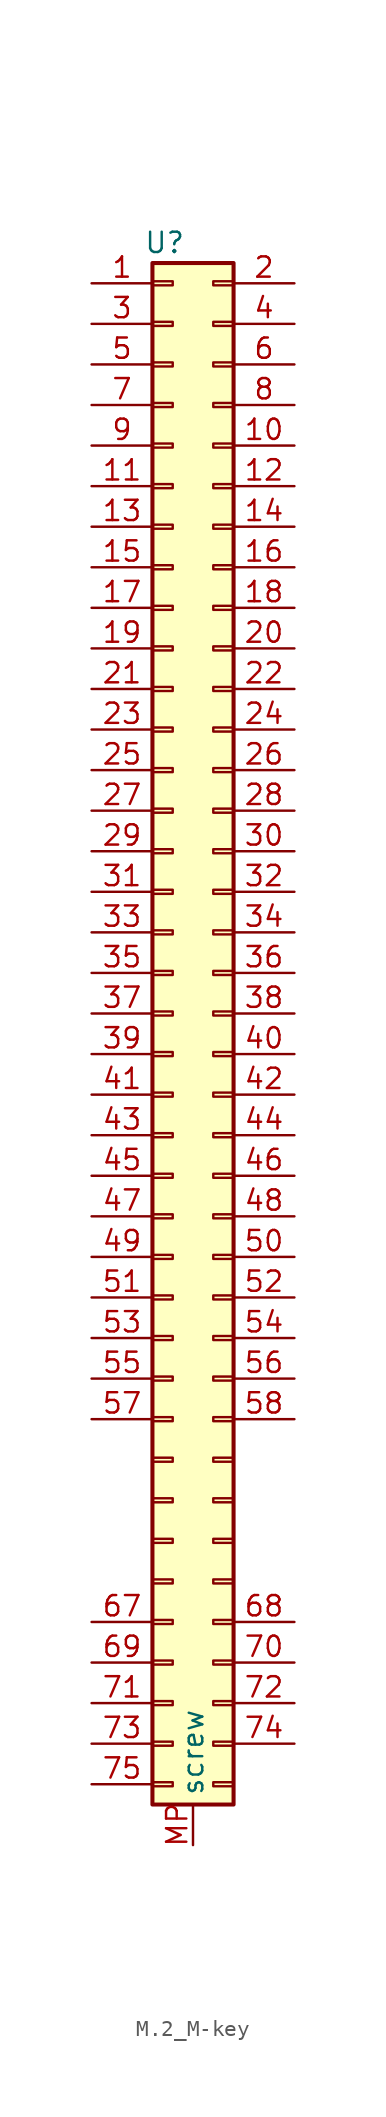
<source format=kicad_sym>
(kicad_symbol_lib
  (version 20241209)
  (generator "kicad_symbol_editor")
  (generator_version "9.0")
  (symbol "M.2_M-key"
    (property "Reference" "U"
      (at -1.778 1.27 0)
      (effects (font (size 1.27 1.27))))
    (property "Value" ""
      (at 0 0 0)
      (effects (font (size 1.27 1.27))))
    (symbol "M.2_M-key_1_1"
      (rectangle (start -2.54 0) (end 2.54 -96.52) (stroke (width 0.254) (type default)) (fill (type background)))
      (rectangle (start -2.54 -1.143) (end -1.27 -1.397) (stroke (width 0.152) (type default)) (fill (type none)))
      (rectangle (start -2.54 -3.683) (end -1.27 -3.937) (stroke (width 0.152) (type default)) (fill (type none)))
      (rectangle (start -2.54 -6.223) (end -1.27 -6.477) (stroke (width 0.152) (type default)) (fill (type none)))
      (rectangle (start -2.54 -8.763) (end -1.27 -9.017) (stroke (width 0.152) (type default)) (fill (type none)))
      (rectangle (start -2.54 -11.303) (end -1.27 -11.557) (stroke (width 0.152) (type default)) (fill (type none)))
      (rectangle (start -2.54 -13.843) (end -1.27 -14.097) (stroke (width 0.152) (type default)) (fill (type none)))
      (rectangle (start -2.54 -16.383) (end -1.27 -16.637) (stroke (width 0.152) (type default)) (fill (type none)))
      (rectangle (start -2.54 -18.923) (end -1.27 -19.177) (stroke (width 0.152) (type default)) (fill (type none)))
      (rectangle (start -2.54 -21.463) (end -1.27 -21.717) (stroke (width 0.152) (type default)) (fill (type none)))
      (rectangle (start -2.54 -24.003) (end -1.27 -24.257) (stroke (width 0.152) (type default)) (fill (type none)))
      (rectangle (start -2.54 -26.543) (end -1.27 -26.797) (stroke (width 0.152) (type default)) (fill (type none)))
      (rectangle (start -2.54 -29.083) (end -1.27 -29.337) (stroke (width 0.152) (type default)) (fill (type none)))
      (rectangle (start -2.54 -31.623) (end -1.27 -31.877) (stroke (width 0.152) (type default)) (fill (type none)))
      (rectangle (start -2.54 -34.163) (end -1.27 -34.417) (stroke (width 0.152) (type default)) (fill (type none)))
      (rectangle (start -2.54 -36.703) (end -1.27 -36.957) (stroke (width 0.152) (type default)) (fill (type none)))
      (rectangle (start -2.54 -39.243) (end -1.27 -39.497) (stroke (width 0.152) (type default)) (fill (type none)))
      (rectangle (start -2.54 -41.783) (end -1.27 -42.037) (stroke (width 0.152) (type default)) (fill (type none)))
      (rectangle (start -2.54 -44.323) (end -1.27 -44.577) (stroke (width 0.152) (type default)) (fill (type none)))
      (rectangle (start -2.54 -46.863) (end -1.27 -47.117) (stroke (width 0.152) (type default)) (fill (type none)))
      (rectangle (start -2.54 -49.403) (end -1.27 -49.657) (stroke (width 0.152) (type default)) (fill (type none)))
      (rectangle (start -2.54 -51.943) (end -1.27 -52.197) (stroke (width 0.152) (type default)) (fill (type none)))
      (rectangle (start -2.54 -54.483) (end -1.27 -54.737) (stroke (width 0.152) (type default)) (fill (type none)))
      (rectangle (start -2.54 -57.023) (end -1.27 -57.277) (stroke (width 0.152) (type default)) (fill (type none)))
      (rectangle (start -2.54 -59.563) (end -1.27 -59.817) (stroke (width 0.152) (type default)) (fill (type none)))
      (rectangle (start -2.54 -62.103) (end -1.27 -62.357) (stroke (width 0.152) (type default)) (fill (type none)))
      (rectangle (start -2.54 -64.643) (end -1.27 -64.897) (stroke (width 0.152) (type default)) (fill (type none)))
      (rectangle (start -2.54 -67.183) (end -1.27 -67.437) (stroke (width 0.152) (type default)) (fill (type none)))
      (rectangle (start -2.54 -69.723) (end -1.27 -69.977) (stroke (width 0.152) (type default)) (fill (type none)))
      (rectangle (start -2.54 -72.263) (end -1.27 -72.517) (stroke (width 0.152) (type default)) (fill (type none)))
      (rectangle (start -2.54 -74.803) (end -1.27 -75.057) (stroke (width 0.152) (type default)) (fill (type none)))
      (rectangle (start -2.54 -77.343) (end -1.27 -77.597) (stroke (width 0.152) (type default)) (fill (type none)))
      (rectangle (start -2.54 -79.883) (end -1.27 -80.137) (stroke (width 0.152) (type default)) (fill (type none)))
      (rectangle (start -2.54 -82.423) (end -1.27 -82.677) (stroke (width 0.152) (type default)) (fill (type none)))
      (rectangle (start -2.54 -84.963) (end -1.27 -85.217) (stroke (width 0.152) (type default)) (fill (type none)))
      (rectangle (start -2.54 -87.503) (end -1.27 -87.757) (stroke (width 0.152) (type default)) (fill (type none)))
      (rectangle (start -2.54 -90.043) (end -1.27 -90.297) (stroke (width 0.152) (type default)) (fill (type none)))
      (rectangle (start -2.54 -92.583) (end -1.27 -92.837) (stroke (width 0.152) (type default)) (fill (type none)))
      (rectangle (start -2.54 -95.123) (end -1.27 -95.377) (stroke (width 0.152) (type default)) (fill (type none)))
      (rectangle (start 2.54 -1.143) (end 1.27 -1.397) (stroke (width 0.152) (type default)) (fill (type none)))
      (rectangle (start 2.54 -3.683) (end 1.27 -3.937) (stroke (width 0.152) (type default)) (fill (type none)))
      (rectangle (start 2.54 -6.223) (end 1.27 -6.477) (stroke (width 0.152) (type default)) (fill (type none)))
      (rectangle (start 2.54 -8.763) (end 1.27 -9.017) (stroke (width 0.152) (type default)) (fill (type none)))
      (rectangle (start 2.54 -11.303) (end 1.27 -11.557) (stroke (width 0.152) (type default)) (fill (type none)))
      (rectangle (start 2.54 -13.843) (end 1.27 -14.097) (stroke (width 0.152) (type default)) (fill (type none)))
      (rectangle (start 2.54 -16.383) (end 1.27 -16.637) (stroke (width 0.152) (type default)) (fill (type none)))
      (rectangle (start 2.54 -18.923) (end 1.27 -19.177) (stroke (width 0.152) (type default)) (fill (type none)))
      (rectangle (start 2.54 -21.463) (end 1.27 -21.717) (stroke (width 0.152) (type default)) (fill (type none)))
      (rectangle (start 2.54 -24.003) (end 1.27 -24.257) (stroke (width 0.152) (type default)) (fill (type none)))
      (rectangle (start 2.54 -26.543) (end 1.27 -26.797) (stroke (width 0.152) (type default)) (fill (type none)))
      (rectangle (start 2.54 -29.083) (end 1.27 -29.337) (stroke (width 0.152) (type default)) (fill (type none)))
      (rectangle (start 2.54 -31.623) (end 1.27 -31.877) (stroke (width 0.152) (type default)) (fill (type none)))
      (rectangle (start 2.54 -34.163) (end 1.27 -34.417) (stroke (width 0.152) (type default)) (fill (type none)))
      (rectangle (start 2.54 -36.703) (end 1.27 -36.957) (stroke (width 0.152) (type default)) (fill (type none)))
      (rectangle (start 2.54 -39.243) (end 1.27 -39.497) (stroke (width 0.152) (type default)) (fill (type none)))
      (rectangle (start 2.54 -41.783) (end 1.27 -42.037) (stroke (width 0.152) (type default)) (fill (type none)))
      (rectangle (start 2.54 -44.323) (end 1.27 -44.577) (stroke (width 0.152) (type default)) (fill (type none)))
      (rectangle (start 2.54 -46.863) (end 1.27 -47.117) (stroke (width 0.152) (type default)) (fill (type none)))
      (rectangle (start 2.54 -49.403) (end 1.27 -49.657) (stroke (width 0.152) (type default)) (fill (type none)))
      (rectangle (start 2.54 -51.943) (end 1.27 -52.197) (stroke (width 0.152) (type default)) (fill (type none)))
      (rectangle (start 2.54 -54.483) (end 1.27 -54.737) (stroke (width 0.152) (type default)) (fill (type none)))
      (rectangle (start 2.54 -57.023) (end 1.27 -57.277) (stroke (width 0.152) (type default)) (fill (type none)))
      (rectangle (start 2.54 -59.563) (end 1.27 -59.817) (stroke (width 0.152) (type default)) (fill (type none)))
      (rectangle (start 2.54 -62.103) (end 1.27 -62.357) (stroke (width 0.152) (type default)) (fill (type none)))
      (rectangle (start 2.54 -64.643) (end 1.27 -64.897) (stroke (width 0.152) (type default)) (fill (type none)))
      (rectangle (start 2.54 -67.183) (end 1.27 -67.437) (stroke (width 0.152) (type default)) (fill (type none)))
      (rectangle (start 2.54 -69.723) (end 1.27 -69.977) (stroke (width 0.152) (type default)) (fill (type none)))
      (rectangle (start 2.54 -72.263) (end 1.27 -72.517) (stroke (width 0.152) (type default)) (fill (type none)))
      (rectangle (start 2.54 -74.803) (end 1.27 -75.057) (stroke (width 0.152) (type default)) (fill (type none)))
      (rectangle (start 2.54 -77.343) (end 1.27 -77.597) (stroke (width 0.152) (type default)) (fill (type none)))
      (rectangle (start 2.54 -79.883) (end 1.27 -80.137) (stroke (width 0.152) (type default)) (fill (type none)))
      (rectangle (start 2.54 -82.423) (end 1.27 -82.677) (stroke (width 0.152) (type default)) (fill (type none)))
      (rectangle (start 2.54 -84.963) (end 1.27 -85.217) (stroke (width 0.152) (type default)) (fill (type none)))
      (rectangle (start 2.54 -87.503) (end 1.27 -87.757) (stroke (width 0.152) (type default)) (fill (type none)))
      (rectangle (start 2.54 -90.043) (end 1.27 -90.297) (stroke (width 0.152) (type default)) (fill (type none)))
      (rectangle (start 2.54 -92.583) (end 1.27 -92.837) (stroke (width 0.152) (type default)) (fill (type none)))
      (rectangle (start 2.54 -95.123) (end 1.27 -95.377) (stroke (width 0.152) (type default)) (fill (type none)))
      (pin passive line (at -6.35 -1.27 0) (length 3.81) (name "" (effects (font (size 1.27 1.27)))) (number "1" (effects (font (size 1.27 1.27)))))
      (pin passive line (at -6.35 -3.81 0) (length 3.81) (name "" (effects (font (size 1.27 1.27)))) (number "3" (effects (font (size 1.27 1.27)))))
      (pin passive line (at -6.35 -6.35 0) (length 3.81) (name "" (effects (font (size 1.27 1.27)))) (number "5" (effects (font (size 1.27 1.27)))))
      (pin passive line (at -6.35 -8.89 0) (length 3.81) (name "" (effects (font (size 1.27 1.27)))) (number "7" (effects (font (size 1.27 1.27)))))
      (pin passive line (at -6.35 -11.43 0) (length 3.81) (name "" (effects (font (size 1.27 1.27)))) (number "9" (effects (font (size 1.27 1.27)))))
      (pin passive line (at -6.35 -13.97 0) (length 3.81) (name "" (effects (font (size 1.27 1.27)))) (number "11" (effects (font (size 1.27 1.27)))))
      (pin passive line (at -6.35 -16.51 0) (length 3.81) (name "" (effects (font (size 1.27 1.27)))) (number "13" (effects (font (size 1.27 1.27)))))
      (pin passive line (at -6.35 -19.05 0) (length 3.81) (name "" (effects (font (size 1.27 1.27)))) (number "15" (effects (font (size 1.27 1.27)))))
      (pin passive line (at -6.35 -21.59 0) (length 3.81) (name "" (effects (font (size 1.27 1.27)))) (number "17" (effects (font (size 1.27 1.27)))))
      (pin passive line (at -6.35 -24.13 0) (length 3.81) (name "" (effects (font (size 1.27 1.27)))) (number "19" (effects (font (size 1.27 1.27)))))
      (pin passive line (at -6.35 -26.67 0) (length 3.81) (name "" (effects (font (size 1.27 1.27)))) (number "21" (effects (font (size 1.27 1.27)))))
      (pin passive line (at -6.35 -29.21 0) (length 3.81) (name "" (effects (font (size 1.27 1.27)))) (number "23" (effects (font (size 1.27 1.27)))))
      (pin passive line (at -6.35 -31.75 0) (length 3.81) (name "" (effects (font (size 1.27 1.27)))) (number "25" (effects (font (size 1.27 1.27)))))
      (pin passive line (at -6.35 -34.29 0) (length 3.81) (name "" (effects (font (size 1.27 1.27)))) (number "27" (effects (font (size 1.27 1.27)))))
      (pin passive line (at -6.35 -36.83 0) (length 3.81) (name "" (effects (font (size 1.27 1.27)))) (number "29" (effects (font (size 1.27 1.27)))))
      (pin passive line (at -6.35 -39.37 0) (length 3.81) (name "" (effects (font (size 1.27 1.27)))) (number "31" (effects (font (size 1.27 1.27)))))
      (pin passive line (at -6.35 -41.91 0) (length 3.81) (name "" (effects (font (size 1.27 1.27)))) (number "33" (effects (font (size 1.27 1.27)))))
      (pin passive line (at -6.35 -44.45 0) (length 3.81) (name "" (effects (font (size 1.27 1.27)))) (number "35" (effects (font (size 1.27 1.27)))))
      (pin passive line (at -6.35 -46.99 0) (length 3.81) (name "" (effects (font (size 1.27 1.27)))) (number "37" (effects (font (size 1.27 1.27)))))
      (pin passive line (at -6.35 -49.53 0) (length 3.81) (name "" (effects (font (size 1.27 1.27)))) (number "39" (effects (font (size 1.27 1.27)))))
      (pin passive line (at -6.35 -52.07 0) (length 3.81) (name "" (effects (font (size 1.27 1.27)))) (number "41" (effects (font (size 1.27 1.27)))))
      (pin passive line (at -6.35 -54.61 0) (length 3.81) (name "" (effects (font (size 1.27 1.27)))) (number "43" (effects (font (size 1.27 1.27)))))
      (pin passive line (at -6.35 -57.15 0) (length 3.81) (name "" (effects (font (size 1.27 1.27)))) (number "45" (effects (font (size 1.27 1.27)))))
      (pin passive line (at -6.35 -59.69 0) (length 3.81) (name "" (effects (font (size 1.27 1.27)))) (number "47" (effects (font (size 1.27 1.27)))))
      (pin passive line (at -6.35 -62.23 0) (length 3.81) (name "" (effects (font (size 1.27 1.27)))) (number "49" (effects (font (size 1.27 1.27)))))
      (pin passive line (at -6.35 -64.77 0) (length 3.81) (name "" (effects (font (size 1.27 1.27)))) (number "51" (effects (font (size 1.27 1.27)))))
      (pin passive line (at -6.35 -67.31 0) (length 3.81) (name "" (effects (font (size 1.27 1.27)))) (number "53" (effects (font (size 1.27 1.27)))))
      (pin passive line (at -6.35 -69.85 0) (length 3.81) (name "" (effects (font (size 1.27 1.27)))) (number "55" (effects (font (size 1.27 1.27)))))
      (pin passive line (at -6.35 -72.39 0) (length 3.81) (name "" (effects (font (size 1.27 1.27)))) (number "57" (effects (font (size 1.27 1.27)))))
      (pin passive line (at -6.35 -85.09 0) (length 3.81) (name "" (effects (font (size 1.27 1.27)))) (number "67" (effects (font (size 1.27 1.27)))))
      (pin passive line (at -6.35 -87.63 0) (length 3.81) (name "" (effects (font (size 1.27 1.27)))) (number "69" (effects (font (size 1.27 1.27)))))
      (pin passive line (at -6.35 -90.17 0) (length 3.81) (name "" (effects (font (size 1.27 1.27)))) (number "71" (effects (font (size 1.27 1.27)))))
      (pin passive line (at -6.35 -92.71 0) (length 3.81) (name "" (effects (font (size 1.27 1.27)))) (number "73" (effects (font (size 1.27 1.27)))))
      (pin power_out line (at -6.35 -95.25 0) (length 3.81) (name "" (effects (font (size 1.27 1.27)))) (number "75" (effects (font (size 1.27 1.27)))))
      (pin input line (at 0 -99.06 90) (length 2.54) (name "screw" (effects (font (size 1.27 1.27)))) (number "MP" (effects (font (size 1.27 1.27)))))
      (pin passive line (at 6.35 -1.27 180) (length 3.81) (name "" (effects (font (size 1.27 1.27)))) (number "2" (effects (font (size 1.27 1.27)))))
      (pin passive line (at 6.35 -3.81 180) (length 3.81) (name "" (effects (font (size 1.27 1.27)))) (number "4" (effects (font (size 1.27 1.27)))))
      (pin passive line (at 6.35 -6.35 180) (length 3.81) (name "" (effects (font (size 1.27 1.27)))) (number "6" (effects (font (size 1.27 1.27)))))
      (pin passive line (at 6.35 -8.89 180) (length 3.81) (name "" (effects (font (size 1.27 1.27)))) (number "8" (effects (font (size 1.27 1.27)))))
      (pin passive line (at 6.35 -11.43 180) (length 3.81) (name "" (effects (font (size 1.27 1.27)))) (number "10" (effects (font (size 1.27 1.27)))))
      (pin passive line (at 6.35 -13.97 180) (length 3.81) (name "" (effects (font (size 1.27 1.27)))) (number "12" (effects (font (size 1.27 1.27)))))
      (pin passive line (at 6.35 -16.51 180) (length 3.81) (name "" (effects (font (size 1.27 1.27)))) (number "14" (effects (font (size 1.27 1.27)))))
      (pin passive line (at 6.35 -19.05 180) (length 3.81) (name "" (effects (font (size 1.27 1.27)))) (number "16" (effects (font (size 1.27 1.27)))))
      (pin passive line (at 6.35 -21.59 180) (length 3.81) (name "" (effects (font (size 1.27 1.27)))) (number "18" (effects (font (size 1.27 1.27)))))
      (pin passive line (at 6.35 -24.13 180) (length 3.81) (name "" (effects (font (size 1.27 1.27)))) (number "20" (effects (font (size 1.27 1.27)))))
      (pin passive line (at 6.35 -26.67 180) (length 3.81) (name "" (effects (font (size 1.27 1.27)))) (number "22" (effects (font (size 1.27 1.27)))))
      (pin passive line (at 6.35 -29.21 180) (length 3.81) (name "" (effects (font (size 1.27 1.27)))) (number "24" (effects (font (size 1.27 1.27)))))
      (pin passive line (at 6.35 -31.75 180) (length 3.81) (name "" (effects (font (size 1.27 1.27)))) (number "26" (effects (font (size 1.27 1.27)))))
      (pin passive line (at 6.35 -34.29 180) (length 3.81) (name "" (effects (font (size 1.27 1.27)))) (number "28" (effects (font (size 1.27 1.27)))))
      (pin passive line (at 6.35 -36.83 180) (length 3.81) (name "" (effects (font (size 1.27 1.27)))) (number "30" (effects (font (size 1.27 1.27)))))
      (pin passive line (at 6.35 -39.37 180) (length 3.81) (name "" (effects (font (size 1.27 1.27)))) (number "32" (effects (font (size 1.27 1.27)))))
      (pin passive line (at 6.35 -41.91 180) (length 3.81) (name "" (effects (font (size 1.27 1.27)))) (number "34" (effects (font (size 1.27 1.27)))))
      (pin passive line (at 6.35 -44.45 180) (length 3.81) (name "" (effects (font (size 1.27 1.27)))) (number "36" (effects (font (size 1.27 1.27)))))
      (pin passive line (at 6.35 -46.99 180) (length 3.81) (name "" (effects (font (size 1.27 1.27)))) (number "38" (effects (font (size 1.27 1.27)))))
      (pin passive line (at 6.35 -49.53 180) (length 3.81) (name "" (effects (font (size 1.27 1.27)))) (number "40" (effects (font (size 1.27 1.27)))))
      (pin passive line (at 6.35 -52.07 180) (length 3.81) (name "" (effects (font (size 1.27 1.27)))) (number "42" (effects (font (size 1.27 1.27)))))
      (pin passive line (at 6.35 -54.61 180) (length 3.81) (name "" (effects (font (size 1.27 1.27)))) (number "44" (effects (font (size 1.27 1.27)))))
      (pin passive line (at 6.35 -57.15 180) (length 3.81) (name "" (effects (font (size 1.27 1.27)))) (number "46" (effects (font (size 1.27 1.27)))))
      (pin passive line (at 6.35 -59.69 180) (length 3.81) (name "" (effects (font (size 1.27 1.27)))) (number "48" (effects (font (size 1.27 1.27)))))
      (pin passive line (at 6.35 -62.23 180) (length 3.81) (name "" (effects (font (size 1.27 1.27)))) (number "50" (effects (font (size 1.27 1.27)))))
      (pin passive line (at 6.35 -64.77 180) (length 3.81) (name "" (effects (font (size 1.27 1.27)))) (number "52" (effects (font (size 1.27 1.27)))))
      (pin passive line (at 6.35 -67.31 180) (length 3.81) (name "" (effects (font (size 1.27 1.27)))) (number "54" (effects (font (size 1.27 1.27)))))
      (pin passive line (at 6.35 -69.85 180) (length 3.81) (name "" (effects (font (size 1.27 1.27)))) (number "56" (effects (font (size 1.27 1.27)))))
      (pin passive line (at 6.35 -72.39 180) (length 3.81) (name "" (effects (font (size 1.27 1.27)))) (number "58" (effects (font (size 1.27 1.27)))))
      (pin passive line (at 6.35 -85.09 180) (length 3.81) (name "" (effects (font (size 1.27 1.27)))) (number "68" (effects (font (size 1.27 1.27)))))
      (pin passive line (at 6.35 -87.63 180) (length 3.81) (name "" (effects (font (size 1.27 1.27)))) (number "70" (effects (font (size 1.27 1.27)))))
      (pin passive line (at 6.35 -90.17 180) (length 3.81) (name "" (effects (font (size 1.27 1.27)))) (number "72" (effects (font (size 1.27 1.27)))))
      (pin power_out line (at 6.35 -92.71 180) (length 3.81) (name "" (effects (font (size 1.27 1.27)))) (number "74" (effects (font (size 1.27 1.27))))))))
</source>
